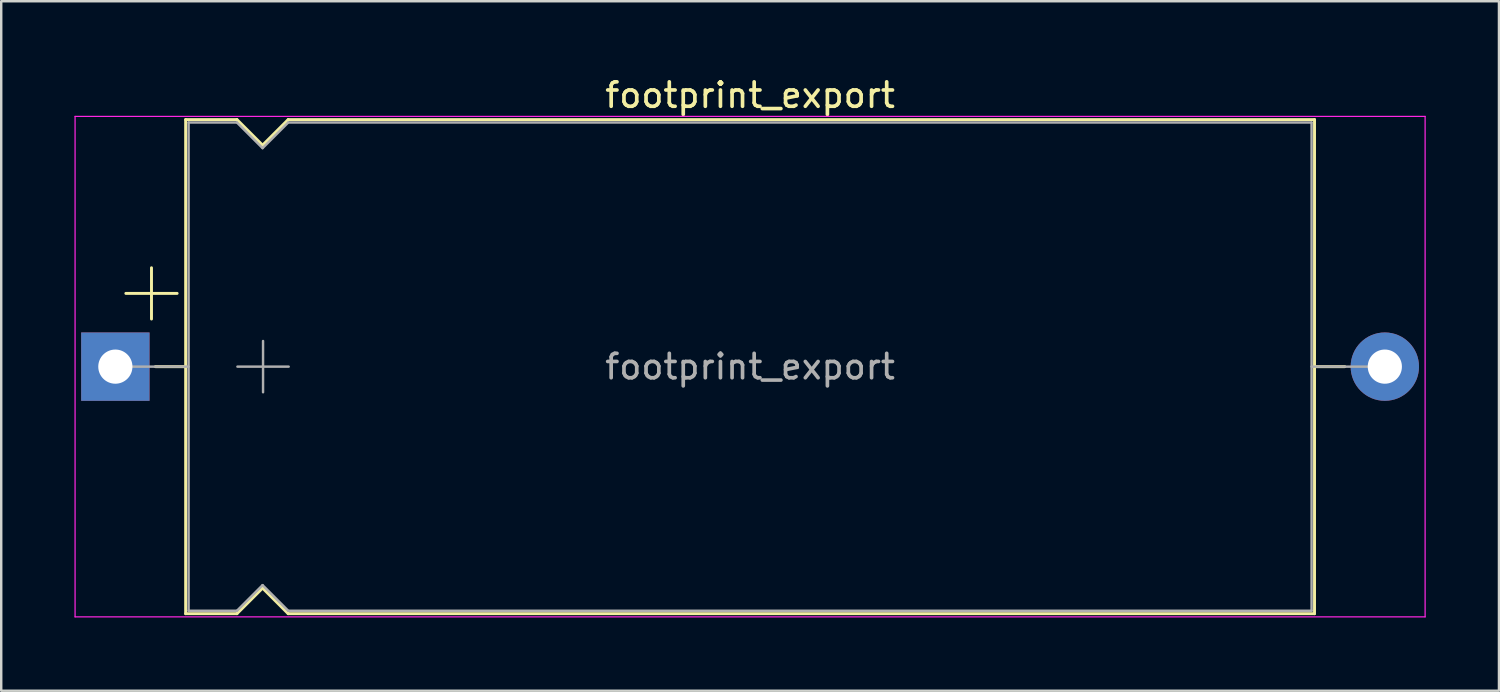
<source format=kicad_pcb>
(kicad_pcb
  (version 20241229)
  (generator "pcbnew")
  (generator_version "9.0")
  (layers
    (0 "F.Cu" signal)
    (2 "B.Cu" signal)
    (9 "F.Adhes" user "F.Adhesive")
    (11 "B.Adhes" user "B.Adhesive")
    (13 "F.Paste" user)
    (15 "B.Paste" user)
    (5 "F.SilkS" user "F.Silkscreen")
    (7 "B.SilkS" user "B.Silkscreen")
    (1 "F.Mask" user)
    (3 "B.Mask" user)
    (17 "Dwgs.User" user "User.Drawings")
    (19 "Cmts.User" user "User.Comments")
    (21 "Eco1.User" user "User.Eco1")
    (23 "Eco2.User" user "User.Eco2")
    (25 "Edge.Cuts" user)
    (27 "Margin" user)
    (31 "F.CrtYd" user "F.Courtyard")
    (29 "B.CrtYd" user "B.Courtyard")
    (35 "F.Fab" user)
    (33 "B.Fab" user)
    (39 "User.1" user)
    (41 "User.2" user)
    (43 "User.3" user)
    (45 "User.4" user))
  (footprint "footprint_export"
    (layer "F.Cu")
    (at 1.675 11.968)
    (property "Reference" "footprint_export" (at 26 -11.12 0) (layer "F.SilkS") (effects (font (size 1 1) (thickness 0.15))))
    (attr through_hole)
    (fp_line (start 0.43 -3) (end 2.53 -3) (stroke (width 0.12) (type solid)) (layer "F.SilkS"))
    (fp_line (start 1.48 -4.05) (end 1.48 -1.95) (stroke (width 0.12) (type solid)) (layer "F.SilkS"))
    (fp_line (start 1.64 0) (end 2.88 0) (stroke (width 0.12) (type solid)) (layer "F.SilkS"))
    (fp_line (start 2.88 -10.12) (end 2.88 10.12) (stroke (width 0.12) (type solid)) (layer "F.SilkS"))
    (fp_line (start 2.88 -10.12) (end 4.98 -10.12) (stroke (width 0.12) (type solid)) (layer "F.SilkS"))
    (fp_line (start 2.88 10.12) (end 4.98 10.12) (stroke (width 0.12) (type solid)) (layer "F.SilkS"))
    (fp_line (start 4.98 -10.12) (end 6.03 -9.07) (stroke (width 0.12) (type solid)) (layer "F.SilkS"))
    (fp_line (start 4.98 10.12) (end 6.03 9.07) (stroke (width 0.12) (type solid)) (layer "F.SilkS"))
    (fp_line (start 6.03 -9.07) (end 7.08 -10.12) (stroke (width 0.12) (type solid)) (layer "F.SilkS"))
    (fp_line (start 6.03 9.07) (end 7.08 10.12) (stroke (width 0.12) (type solid)) (layer "F.SilkS"))
    (fp_line (start 7.08 -10.12) (end 49.12 -10.12) (stroke (width 0.12) (type solid)) (layer "F.SilkS"))
    (fp_line (start 7.08 10.12) (end 49.12 10.12) (stroke (width 0.12) (type solid)) (layer "F.SilkS"))
    (fp_line (start 49.12 -10.12) (end 49.12 10.12) (stroke (width 0.12) (type solid)) (layer "F.SilkS"))
    (fp_line (start 50.36 0) (end 49.12 0) (stroke (width 0.12) (type solid)) (layer "F.SilkS"))
    (fp_line (start -1.65 -10.25) (end -1.65 10.25) (stroke (width 0.05) (type solid)) (layer "F.CrtYd"))
    (fp_line (start -1.65 10.25) (end 53.65 10.25) (stroke (width 0.05) (type solid)) (layer "F.CrtYd"))
    (fp_line (start 53.65 -10.25) (end -1.65 -10.25) (stroke (width 0.05) (type solid)) (layer "F.CrtYd"))
    (fp_line (start 53.65 10.25) (end 53.65 -10.25) (stroke (width 0.05) (type solid)) (layer "F.CrtYd"))
    (fp_line (start 0 0) (end 3 0) (stroke (width 0.1) (type solid)) (layer "F.Fab"))
    (fp_line (start 3 -10) (end 3 10) (stroke (width 0.1) (type solid)) (layer "F.Fab"))
    (fp_line (start 3 -10) (end 4.98 -10) (stroke (width 0.1) (type solid)) (layer "F.Fab"))
    (fp_line (start 3 10) (end 4.98 10) (stroke (width 0.1) (type solid)) (layer "F.Fab"))
    (fp_line (start 4.98 -10) (end 6.03 -8.95) (stroke (width 0.1) (type solid)) (layer "F.Fab"))
    (fp_line (start 4.98 10) (end 6.03 8.95) (stroke (width 0.1) (type solid)) (layer "F.Fab"))
    (fp_line (start 5 0) (end 7.1 0) (stroke (width 0.1) (type solid)) (layer "F.Fab"))
    (fp_line (start 6.03 -8.95) (end 7.08 -10) (stroke (width 0.1) (type solid)) (layer "F.Fab"))
    (fp_line (start 6.03 8.95) (end 7.08 10) (stroke (width 0.1) (type solid)) (layer "F.Fab"))
    (fp_line (start 6.05 -1.05) (end 6.05 1.05) (stroke (width 0.1) (type solid)) (layer "F.Fab"))
    (fp_line (start 7.08 -10) (end 49 -10) (stroke (width 0.1) (type solid)) (layer "F.Fab"))
    (fp_line (start 7.08 10) (end 49 10) (stroke (width 0.1) (type solid)) (layer "F.Fab"))
    (fp_line (start 49 -10) (end 49 10) (stroke (width 0.1) (type solid)) (layer "F.Fab"))
    (fp_line (start 52 0) (end 49 0) (stroke (width 0.1) (type solid)) (layer "F.Fab"))
    (fp_text user "${REFERENCE}" (at 26 0 0) (layer "F.Fab") (effects (font (size 1 1) (thickness 0.15))))
    (pad "1" thru_hole rect (at 0 0) (size 2.8 2.8) (drill 1.4) (layers "*.Cu" "*.Mask"))
    (pad "2" thru_hole oval (at 52 0) (size 2.8 2.8) (drill 1.4) (layers "*.Cu" "*.Mask")))
  (gr_rect
    (start -3 -3)
    (end 58.35 25.243)
    (stroke (width 0.1) (type default))
    (fill no)
    (layer "Edge.Cuts")))
</source>
